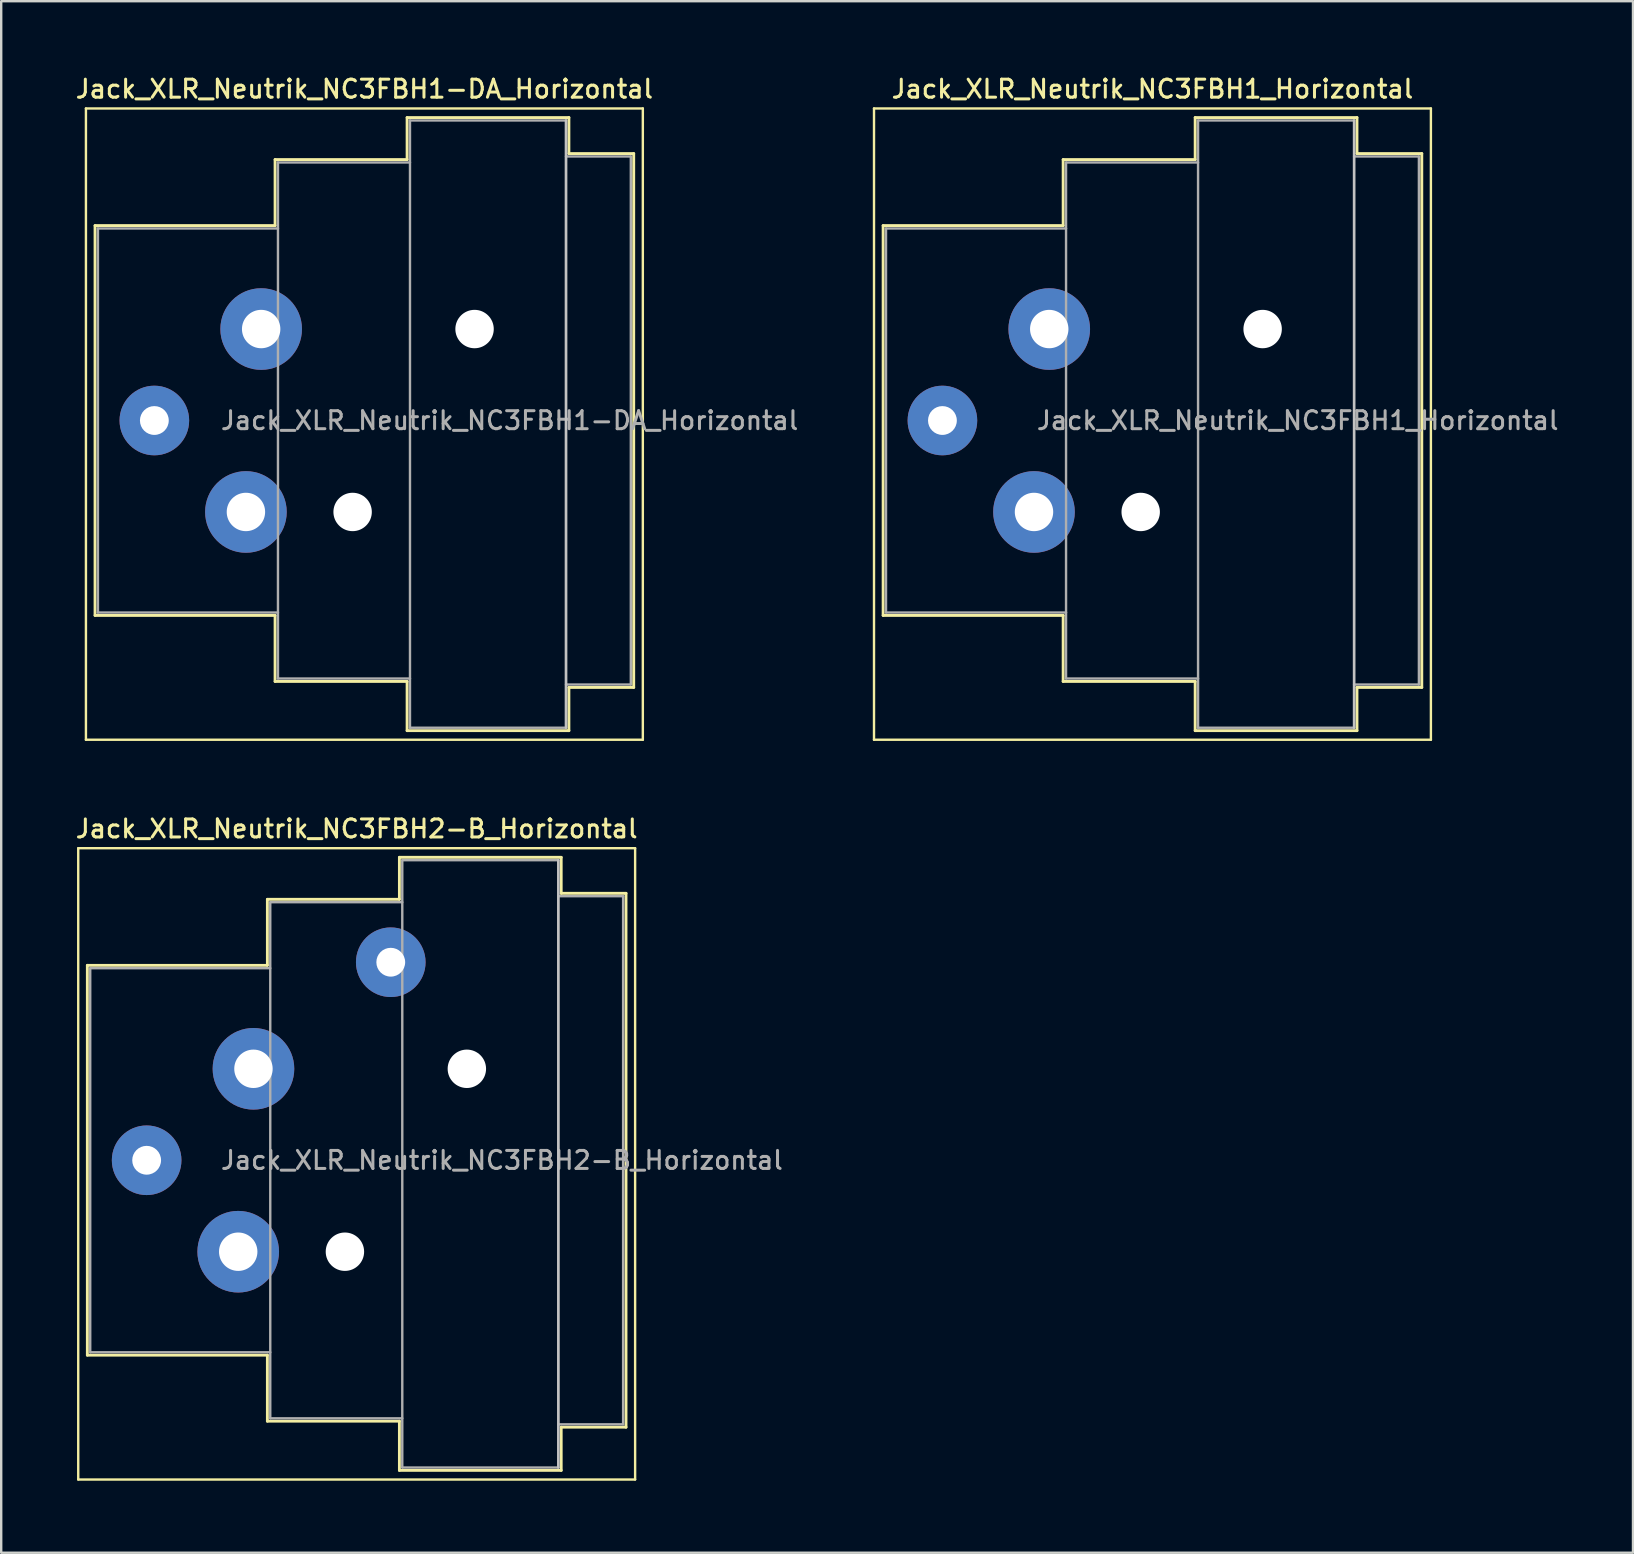
<source format=kicad_pcb>
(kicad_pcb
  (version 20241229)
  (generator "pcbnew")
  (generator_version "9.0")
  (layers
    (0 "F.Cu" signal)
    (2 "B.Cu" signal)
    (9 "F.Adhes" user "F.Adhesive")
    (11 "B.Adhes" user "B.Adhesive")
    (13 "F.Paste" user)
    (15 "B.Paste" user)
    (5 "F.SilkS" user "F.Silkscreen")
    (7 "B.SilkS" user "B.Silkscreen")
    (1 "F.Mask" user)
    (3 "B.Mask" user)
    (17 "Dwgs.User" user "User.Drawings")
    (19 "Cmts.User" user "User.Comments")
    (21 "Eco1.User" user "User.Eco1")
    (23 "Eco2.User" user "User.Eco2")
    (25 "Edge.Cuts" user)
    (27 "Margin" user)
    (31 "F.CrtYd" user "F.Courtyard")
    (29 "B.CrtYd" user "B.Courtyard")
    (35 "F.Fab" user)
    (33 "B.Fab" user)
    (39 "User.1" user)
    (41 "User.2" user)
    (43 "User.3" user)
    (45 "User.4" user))
  (footprint "Jack_XLR_Neutrik_NC3FBH1_Horizontal"
    (layer "F.Cu")
    (at 40.661 10.658)
    (property "Reference" "Jack_XLR_Neutrik_NC3FBH1_Horizontal" (at 4.3 -10 0) (layer "F.SilkS") (effects (font (size 0.75 0.75) (thickness 0.125))))
    (attr through_hole)
    (fp_line (start -7.3 -9.19) (end -7.3 17.11) (stroke (width 0.1) (type solid)) (layer "F.SilkS"))
    (fp_line (start -6.92 -4.31) (end -6.92 11.93) (stroke (width 0.12) (type solid)) (layer "F.SilkS"))
    (fp_line (start 0.58 -7.06) (end 0.58 -4.31) (stroke (width 0.12) (type solid)) (layer "F.SilkS"))
    (fp_line (start 0.58 -4.31) (end -6.92 -4.31) (stroke (width 0.12) (type solid)) (layer "F.SilkS"))
    (fp_line (start 0.58 11.93) (end -6.92 11.93) (stroke (width 0.12) (type solid)) (layer "F.SilkS"))
    (fp_line (start 0.58 11.93) (end 0.58 14.68) (stroke (width 0.12) (type solid)) (layer "F.SilkS"))
    (fp_line (start 6.08 -7.06) (end 0.58 -7.06) (stroke (width 0.12) (type solid)) (layer "F.SilkS"))
    (fp_line (start 6.08 -7.06) (end 6.08 -8.81) (stroke (width 0.12) (type solid)) (layer "F.SilkS"))
    (fp_line (start 6.08 14.68) (end 0.58 14.68) (stroke (width 0.12) (type solid)) (layer "F.SilkS"))
    (fp_line (start 6.08 16.73) (end 6.08 14.68) (stroke (width 0.12) (type solid)) (layer "F.SilkS"))
    (fp_line (start 12.82 -8.81) (end 6.08 -8.81) (stroke (width 0.12) (type solid)) (layer "F.SilkS"))
    (fp_line (start 12.82 -8.81) (end 12.82 -7.31) (stroke (width 0.12) (type solid)) (layer "F.SilkS"))
    (fp_line (start 12.82 -7.31) (end 15.52 -7.31) (stroke (width 0.12) (type solid)) (layer "F.SilkS"))
    (fp_line (start 12.82 14.93) (end 12.82 16.73) (stroke (width 0.12) (type solid)) (layer "F.SilkS"))
    (fp_line (start 12.82 14.93) (end 15.52 14.93) (stroke (width 0.12) (type solid)) (layer "F.SilkS"))
    (fp_line (start 12.82 16.73) (end 6.08 16.73) (stroke (width 0.12) (type solid)) (layer "F.SilkS"))
    (fp_line (start 15.52 -7.31) (end 15.52 14.93) (stroke (width 0.12) (type solid)) (layer "F.SilkS"))
    (fp_line (start 15.9 -9.19) (end -7.3 -9.19) (stroke (width 0.1) (type solid)) (layer "F.SilkS"))
    (fp_line (start 15.9 -9.19) (end 15.9 17.11) (stroke (width 0.1) (type solid)) (layer "F.SilkS"))
    (fp_line (start 15.9 17.11) (end -7.3 17.11) (stroke (width 0.1) (type solid)) (layer "F.SilkS"))
    (fp_line (start 12.7 -8.69) (end 12.7 16.61) (stroke (width 0.1) (type solid)) (layer "Dwgs.User"))
    (fp_line (start -6.8 -4.19) (end -6.8 11.81) (stroke (width 0.1) (type solid)) (layer "F.Fab"))
    (fp_line (start -6.8 11.81) (end 0.7 11.81) (stroke (width 0.1) (type solid)) (layer "F.Fab"))
    (fp_line (start 0.7 -6.94) (end 0.7 14.56) (stroke (width 0.1) (type solid)) (layer "F.Fab"))
    (fp_line (start 0.7 -4.19) (end -6.8 -4.19) (stroke (width 0.1) (type solid)) (layer "F.Fab"))
    (fp_line (start 0.7 14.56) (end 6.2 14.56) (stroke (width 0.1) (type solid)) (layer "F.Fab"))
    (fp_line (start 6.2 -8.69) (end 12.7 -8.69) (stroke (width 0.1) (type solid)) (layer "F.Fab"))
    (fp_line (start 6.2 -6.94) (end 0.7 -6.94) (stroke (width 0.1) (type solid)) (layer "F.Fab"))
    (fp_line (start 6.2 16.61) (end 6.2 -8.69) (stroke (width 0.1) (type solid)) (layer "F.Fab"))
    (fp_line (start 12.7 -8.69) (end 12.7 16.61) (stroke (width 0.1) (type solid)) (layer "F.Fab"))
    (fp_line (start 12.7 -7.19) (end 15.4 -7.19) (stroke (width 0.1) (type solid)) (layer "F.Fab"))
    (fp_line (start 12.7 16.61) (end 6.2 16.61) (stroke (width 0.1) (type solid)) (layer "F.Fab"))
    (fp_line (start 15.4 -7.19) (end 15.4 14.81) (stroke (width 0.1) (type solid)) (layer "F.Fab"))
    (fp_line (start 15.4 14.81) (end 12.7 14.81) (stroke (width 0.1) (type solid)) (layer "F.Fab"))
    (fp_text user "${REFERENCE}" (at 10.35 3.81 0) (layer "F.Fab") (effects (font (size 0.75 0.75) (thickness 0.125))))
    (pad "" np_thru_hole circle (at 3.81 7.62) (size 1.6 1.6) (drill 1.6) (layers "*.Cu" "*.Mask"))
    (pad "" np_thru_hole circle (at 8.89 0) (size 1.6 1.6) (drill 1.6) (layers "*.Cu" "*.Mask"))
    (pad "1" thru_hole circle (at 0 0) (size 3.4 3.4) (drill 1.6) (layers "*.Cu" "*.Mask"))
    (pad "2" thru_hole circle (at -0.635 7.62) (size 3.4 3.4) (drill 1.6) (layers "*.Cu" "*.Mask"))
    (pad "3" thru_hole circle (at -4.45 3.81) (size 2.9 2.9) (drill 1.2) (layers "*.Cu" "*.Mask")))
  (footprint "Jack_XLR_Neutrik_NC3FBH2-B_Horizontal"
    (layer "F.Cu")
    (at 7.509 41.476)
    (property "Reference" "Jack_XLR_Neutrik_NC3FBH2-B_Horizontal" (at 4.3 -10 0) (layer "F.SilkS") (effects (font (size 0.75 0.75) (thickness 0.125))))
    (attr through_hole)
    (fp_line (start -7.3 -9.19) (end -7.3 17.11) (stroke (width 0.1) (type solid)) (layer "F.SilkS"))
    (fp_line (start -6.92 -4.31) (end -6.92 11.93) (stroke (width 0.12) (type solid)) (layer "F.SilkS"))
    (fp_line (start 0.58 -7.06) (end 0.58 -4.31) (stroke (width 0.12) (type solid)) (layer "F.SilkS"))
    (fp_line (start 0.58 -4.31) (end -6.92 -4.31) (stroke (width 0.12) (type solid)) (layer "F.SilkS"))
    (fp_line (start 0.58 11.93) (end -6.92 11.93) (stroke (width 0.12) (type solid)) (layer "F.SilkS"))
    (fp_line (start 0.58 11.93) (end 0.58 14.68) (stroke (width 0.12) (type solid)) (layer "F.SilkS"))
    (fp_line (start 6.08 -7.06) (end 0.58 -7.06) (stroke (width 0.12) (type solid)) (layer "F.SilkS"))
    (fp_line (start 6.08 -7.06) (end 6.08 -8.81) (stroke (width 0.12) (type solid)) (layer "F.SilkS"))
    (fp_line (start 6.08 14.68) (end 0.58 14.68) (stroke (width 0.12) (type solid)) (layer "F.SilkS"))
    (fp_line (start 6.08 16.73) (end 6.08 14.68) (stroke (width 0.12) (type solid)) (layer "F.SilkS"))
    (fp_line (start 12.82 -8.81) (end 6.08 -8.81) (stroke (width 0.12) (type solid)) (layer "F.SilkS"))
    (fp_line (start 12.82 -8.81) (end 12.82 -7.31) (stroke (width 0.12) (type solid)) (layer "F.SilkS"))
    (fp_line (start 12.82 -7.31) (end 15.52 -7.31) (stroke (width 0.12) (type solid)) (layer "F.SilkS"))
    (fp_line (start 12.82 14.93) (end 12.82 16.73) (stroke (width 0.12) (type solid)) (layer "F.SilkS"))
    (fp_line (start 12.82 14.93) (end 15.52 14.93) (stroke (width 0.12) (type solid)) (layer "F.SilkS"))
    (fp_line (start 12.82 16.73) (end 6.08 16.73) (stroke (width 0.12) (type solid)) (layer "F.SilkS"))
    (fp_line (start 15.52 -7.31) (end 15.52 14.93) (stroke (width 0.12) (type solid)) (layer "F.SilkS"))
    (fp_line (start 15.9 -9.19) (end -7.3 -9.19) (stroke (width 0.1) (type solid)) (layer "F.SilkS"))
    (fp_line (start 15.9 -9.19) (end 15.9 17.11) (stroke (width 0.1) (type solid)) (layer "F.SilkS"))
    (fp_line (start 15.9 17.11) (end -7.3 17.11) (stroke (width 0.1) (type solid)) (layer "F.SilkS"))
    (fp_line (start 12.7 -8.69) (end 12.7 16.61) (stroke (width 0.1) (type solid)) (layer "Dwgs.User"))
    (fp_line (start -6.8 -4.19) (end -6.8 11.81) (stroke (width 0.1) (type solid)) (layer "F.Fab"))
    (fp_line (start -6.8 11.81) (end 0.7 11.81) (stroke (width 0.1) (type solid)) (layer "F.Fab"))
    (fp_line (start 0.7 -6.94) (end 0.7 14.56) (stroke (width 0.1) (type solid)) (layer "F.Fab"))
    (fp_line (start 0.7 -4.19) (end -6.8 -4.19) (stroke (width 0.1) (type solid)) (layer "F.Fab"))
    (fp_line (start 0.7 14.56) (end 6.2 14.56) (stroke (width 0.1) (type solid)) (layer "F.Fab"))
    (fp_line (start 6.2 -8.69) (end 12.7 -8.69) (stroke (width 0.1) (type solid)) (layer "F.Fab"))
    (fp_line (start 6.2 -6.94) (end 0.7 -6.94) (stroke (width 0.1) (type solid)) (layer "F.Fab"))
    (fp_line (start 6.2 16.61) (end 6.2 -8.69) (stroke (width 0.1) (type solid)) (layer "F.Fab"))
    (fp_line (start 12.7 -8.69) (end 12.7 16.61) (stroke (width 0.1) (type solid)) (layer "F.Fab"))
    (fp_line (start 12.7 -7.19) (end 15.4 -7.19) (stroke (width 0.1) (type solid)) (layer "F.Fab"))
    (fp_line (start 12.7 16.61) (end 6.2 16.61) (stroke (width 0.1) (type solid)) (layer "F.Fab"))
    (fp_line (start 15.4 -7.19) (end 15.4 14.81) (stroke (width 0.1) (type solid)) (layer "F.Fab"))
    (fp_line (start 15.4 14.81) (end 12.7 14.81) (stroke (width 0.1) (type solid)) (layer "F.Fab"))
    (fp_text user "${REFERENCE}" (at 10.35 3.81 0) (layer "F.Fab") (effects (font (size 0.75 0.75) (thickness 0.125))))
    (pad "" np_thru_hole circle (at 3.81 7.62) (size 1.6 1.6) (drill 1.6) (layers "*.Cu" "*.Mask"))
    (pad "" np_thru_hole circle (at 8.89 0) (size 1.6 1.6) (drill 1.6) (layers "*.Cu" "*.Mask"))
    (pad "1" thru_hole circle (at 0 0) (size 3.4 3.4) (drill 1.6) (layers "*.Cu" "*.Mask"))
    (pad "2" thru_hole circle (at -0.635 7.62) (size 3.4 3.4) (drill 1.6) (layers "*.Cu" "*.Mask"))
    (pad "3" thru_hole circle (at -4.45 3.81) (size 2.9 2.9) (drill 1.2) (layers "*.Cu" "*.Mask"))
    (pad "G" thru_hole circle (at 5.72 -4.44) (size 2.9 2.9) (drill 1.2) (layers "*.Cu" "*.Mask")))
  (footprint "Jack_XLR_Neutrik_NC3FBH1-DA_Horizontal"
    (layer "F.Cu")
    (at 7.83 10.658)
    (property "Reference" "Jack_XLR_Neutrik_NC3FBH1-DA_Horizontal" (at 4.3 -10 0) (layer "F.SilkS") (effects (font (size 0.75 0.75) (thickness 0.125))))
    (attr through_hole)
    (fp_line (start -7.3 -9.19) (end -7.3 17.11) (stroke (width 0.1) (type solid)) (layer "F.SilkS"))
    (fp_line (start -6.92 -4.31) (end -6.92 11.93) (stroke (width 0.12) (type solid)) (layer "F.SilkS"))
    (fp_line (start 0.58 -7.06) (end 0.58 -4.31) (stroke (width 0.12) (type solid)) (layer "F.SilkS"))
    (fp_line (start 0.58 -4.31) (end -6.92 -4.31) (stroke (width 0.12) (type solid)) (layer "F.SilkS"))
    (fp_line (start 0.58 11.93) (end -6.92 11.93) (stroke (width 0.12) (type solid)) (layer "F.SilkS"))
    (fp_line (start 0.58 11.93) (end 0.58 14.68) (stroke (width 0.12) (type solid)) (layer "F.SilkS"))
    (fp_line (start 6.08 -7.06) (end 0.58 -7.06) (stroke (width 0.12) (type solid)) (layer "F.SilkS"))
    (fp_line (start 6.08 -7.06) (end 6.08 -8.81) (stroke (width 0.12) (type solid)) (layer "F.SilkS"))
    (fp_line (start 6.08 14.68) (end 0.58 14.68) (stroke (width 0.12) (type solid)) (layer "F.SilkS"))
    (fp_line (start 6.08 16.73) (end 6.08 14.68) (stroke (width 0.12) (type solid)) (layer "F.SilkS"))
    (fp_line (start 12.82 -8.81) (end 6.08 -8.81) (stroke (width 0.12) (type solid)) (layer "F.SilkS"))
    (fp_line (start 12.82 -8.81) (end 12.82 -7.31) (stroke (width 0.12) (type solid)) (layer "F.SilkS"))
    (fp_line (start 12.82 -7.31) (end 15.52 -7.31) (stroke (width 0.12) (type solid)) (layer "F.SilkS"))
    (fp_line (start 12.82 14.93) (end 12.82 16.73) (stroke (width 0.12) (type solid)) (layer "F.SilkS"))
    (fp_line (start 12.82 14.93) (end 15.52 14.93) (stroke (width 0.12) (type solid)) (layer "F.SilkS"))
    (fp_line (start 12.82 16.73) (end 6.08 16.73) (stroke (width 0.12) (type solid)) (layer "F.SilkS"))
    (fp_line (start 15.52 -7.31) (end 15.52 14.93) (stroke (width 0.12) (type solid)) (layer "F.SilkS"))
    (fp_line (start 15.9 -9.19) (end -7.3 -9.19) (stroke (width 0.1) (type solid)) (layer "F.SilkS"))
    (fp_line (start 15.9 -9.19) (end 15.9 17.11) (stroke (width 0.1) (type solid)) (layer "F.SilkS"))
    (fp_line (start 15.9 17.11) (end -7.3 17.11) (stroke (width 0.1) (type solid)) (layer "F.SilkS"))
    (fp_line (start 12.7 -8.69) (end 12.7 16.61) (stroke (width 0.1) (type solid)) (layer "Dwgs.User"))
    (fp_line (start -6.8 -4.19) (end -6.8 11.81) (stroke (width 0.1) (type solid)) (layer "F.Fab"))
    (fp_line (start -6.8 11.81) (end 0.7 11.81) (stroke (width 0.1) (type solid)) (layer "F.Fab"))
    (fp_line (start 0.7 -6.94) (end 0.7 14.56) (stroke (width 0.1) (type solid)) (layer "F.Fab"))
    (fp_line (start 0.7 -4.19) (end -6.8 -4.19) (stroke (width 0.1) (type solid)) (layer "F.Fab"))
    (fp_line (start 0.7 14.56) (end 6.2 14.56) (stroke (width 0.1) (type solid)) (layer "F.Fab"))
    (fp_line (start 6.2 -8.69) (end 12.7 -8.69) (stroke (width 0.1) (type solid)) (layer "F.Fab"))
    (fp_line (start 6.2 -6.94) (end 0.7 -6.94) (stroke (width 0.1) (type solid)) (layer "F.Fab"))
    (fp_line (start 6.2 16.61) (end 6.2 -8.69) (stroke (width 0.1) (type solid)) (layer "F.Fab"))
    (fp_line (start 12.7 -8.69) (end 12.7 16.61) (stroke (width 0.1) (type solid)) (layer "F.Fab"))
    (fp_line (start 12.7 -7.19) (end 15.4 -7.19) (stroke (width 0.1) (type solid)) (layer "F.Fab"))
    (fp_line (start 12.7 16.61) (end 6.2 16.61) (stroke (width 0.1) (type solid)) (layer "F.Fab"))
    (fp_line (start 15.4 -7.19) (end 15.4 14.81) (stroke (width 0.1) (type solid)) (layer "F.Fab"))
    (fp_line (start 15.4 14.81) (end 12.7 14.81) (stroke (width 0.1) (type solid)) (layer "F.Fab"))
    (fp_text user "${REFERENCE}" (at 10.35 3.81 0) (layer "F.Fab") (effects (font (size 0.75 0.75) (thickness 0.125))))
    (pad "" np_thru_hole circle (at 3.81 7.62) (size 1.6 1.6) (drill 1.6) (layers "*.Cu" "*.Mask"))
    (pad "" np_thru_hole circle (at 8.89 0) (size 1.6 1.6) (drill 1.6) (layers "*.Cu" "*.Mask"))
    (pad "1" thru_hole circle (at 0 0) (size 3.4 3.4) (drill 1.6) (layers "*.Cu" "*.Mask"))
    (pad "2" thru_hole circle (at -0.635 7.62) (size 3.4 3.4) (drill 1.6) (layers "*.Cu" "*.Mask"))
    (pad "3" thru_hole circle (at -4.45 3.81) (size 2.9 2.9) (drill 1.2) (layers "*.Cu" "*.Mask")))
  (gr_rect
    (start -3 -3)
    (end 64.98 61.636)
    (stroke (width 0.1) (type default))
    (fill no)
    (layer "Edge.Cuts")))
</source>
